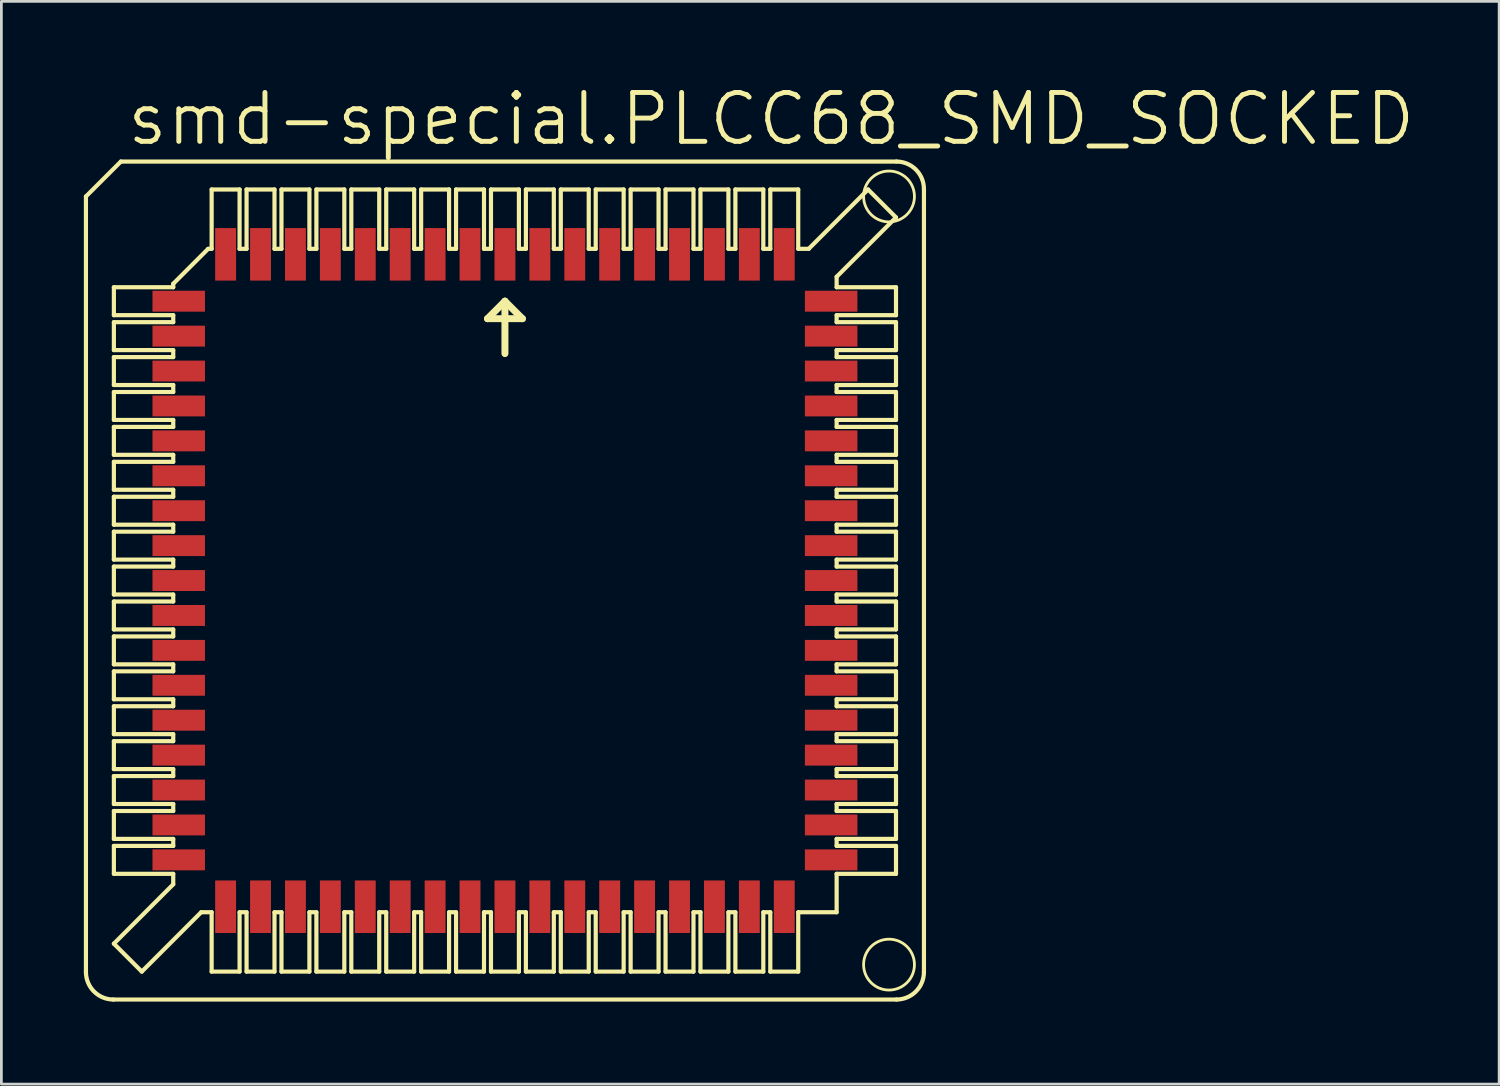
<source format=kicad_pcb>
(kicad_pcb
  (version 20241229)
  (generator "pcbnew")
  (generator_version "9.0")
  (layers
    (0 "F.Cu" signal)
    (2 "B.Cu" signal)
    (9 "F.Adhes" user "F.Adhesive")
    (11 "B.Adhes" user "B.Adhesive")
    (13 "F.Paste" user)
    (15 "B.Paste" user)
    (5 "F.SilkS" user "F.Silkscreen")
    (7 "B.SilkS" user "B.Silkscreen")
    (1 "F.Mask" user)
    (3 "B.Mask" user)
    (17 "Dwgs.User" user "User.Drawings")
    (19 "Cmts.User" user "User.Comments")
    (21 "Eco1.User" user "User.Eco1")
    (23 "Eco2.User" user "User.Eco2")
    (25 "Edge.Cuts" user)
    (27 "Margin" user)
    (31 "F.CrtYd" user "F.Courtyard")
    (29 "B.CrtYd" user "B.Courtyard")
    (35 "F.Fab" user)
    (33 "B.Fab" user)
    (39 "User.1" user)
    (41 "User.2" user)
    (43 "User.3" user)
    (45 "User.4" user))
  (footprint "smd-special.PLCC68_SMD_SOCKED"
    (layer "F.Cu")
    (at 15.316 18.066)
    (property "Reference" "smd-special.PLCC68_SMD_SOCKED" (at -13.843 -15.748 0) (layer "F.SilkS") (effects (font (size 1.778 1.778) (thickness 0.18)) (justify left bottom)))
    (attr smd)
    (fp_line (start -15.24 14.24) (end -15.24 -13.97) (stroke (width 0.152) (type default)) (layer "F.SilkS"))
    (fp_line (start -14.24 15.24) (end 14.24 15.24) (stroke (width 0.152) (type default)) (layer "F.SilkS"))
    (fp_line (start -14.224 -10.668) (end -14.224 -9.652) (stroke (width 0.152) (type default)) (layer "F.SilkS"))
    (fp_line (start -14.224 -10.668) (end -12.065 -10.668) (stroke (width 0.152) (type default)) (layer "F.SilkS"))
    (fp_line (start -14.224 -9.398) (end -14.224 -8.382) (stroke (width 0.152) (type default)) (layer "F.SilkS"))
    (fp_line (start -14.224 -9.398) (end -12.065 -9.398) (stroke (width 0.152) (type default)) (layer "F.SilkS"))
    (fp_line (start -14.224 -7.112) (end -14.224 -8.128) (stroke (width 0.152) (type default)) (layer "F.SilkS"))
    (fp_line (start -14.224 -7.112) (end -12.065 -7.112) (stroke (width 0.152) (type default)) (layer "F.SilkS"))
    (fp_line (start -14.224 -6.858) (end -14.224 -5.842) (stroke (width 0.152) (type default)) (layer "F.SilkS"))
    (fp_line (start -14.224 -6.858) (end -12.065 -6.858) (stroke (width 0.152) (type default)) (layer "F.SilkS"))
    (fp_line (start -14.224 -5.588) (end -14.224 -4.572) (stroke (width 0.152) (type default)) (layer "F.SilkS"))
    (fp_line (start -14.224 -5.588) (end -12.065 -5.588) (stroke (width 0.152) (type default)) (layer "F.SilkS"))
    (fp_line (start -14.224 -4.318) (end -14.224 -3.302) (stroke (width 0.152) (type default)) (layer "F.SilkS"))
    (fp_line (start -14.224 -4.318) (end -12.065 -4.318) (stroke (width 0.152) (type default)) (layer "F.SilkS"))
    (fp_line (start -14.224 -3.048) (end -14.224 -2.032) (stroke (width 0.152) (type default)) (layer "F.SilkS"))
    (fp_line (start -14.224 -3.048) (end -12.065 -3.048) (stroke (width 0.152) (type default)) (layer "F.SilkS"))
    (fp_line (start -14.224 -0.762) (end -14.224 -1.778) (stroke (width 0.152) (type default)) (layer "F.SilkS"))
    (fp_line (start -14.224 -0.762) (end -12.065 -0.762) (stroke (width 0.152) (type default)) (layer "F.SilkS"))
    (fp_line (start -14.224 0.508) (end -14.224 -0.508) (stroke (width 0.152) (type default)) (layer "F.SilkS"))
    (fp_line (start -14.224 0.508) (end -12.065 0.508) (stroke (width 0.152) (type default)) (layer "F.SilkS"))
    (fp_line (start -14.224 1.778) (end -14.224 0.762) (stroke (width 0.152) (type default)) (layer "F.SilkS"))
    (fp_line (start -14.224 1.778) (end -12.065 1.778) (stroke (width 0.152) (type default)) (layer "F.SilkS"))
    (fp_line (start -14.224 3.048) (end -14.224 2.032) (stroke (width 0.152) (type default)) (layer "F.SilkS"))
    (fp_line (start -14.224 3.048) (end -12.065 3.048) (stroke (width 0.152) (type default)) (layer "F.SilkS"))
    (fp_line (start -14.224 4.318) (end -14.224 3.302) (stroke (width 0.152) (type default)) (layer "F.SilkS"))
    (fp_line (start -14.224 4.318) (end -12.065 4.318) (stroke (width 0.152) (type default)) (layer "F.SilkS"))
    (fp_line (start -14.224 5.588) (end -14.224 4.572) (stroke (width 0.152) (type default)) (layer "F.SilkS"))
    (fp_line (start -14.224 5.588) (end -12.065 5.588) (stroke (width 0.152) (type default)) (layer "F.SilkS"))
    (fp_line (start -14.224 5.842) (end -14.224 6.858) (stroke (width 0.152) (type default)) (layer "F.SilkS"))
    (fp_line (start -14.224 5.842) (end -12.065 5.842) (stroke (width 0.152) (type default)) (layer "F.SilkS"))
    (fp_line (start -14.224 7.112) (end -14.224 8.128) (stroke (width 0.152) (type default)) (layer "F.SilkS"))
    (fp_line (start -14.224 7.112) (end -12.065 7.112) (stroke (width 0.152) (type default)) (layer "F.SilkS"))
    (fp_line (start -14.224 8.382) (end -14.224 9.398) (stroke (width 0.152) (type default)) (layer "F.SilkS"))
    (fp_line (start -14.224 8.382) (end -12.065 8.382) (stroke (width 0.152) (type default)) (layer "F.SilkS"))
    (fp_line (start -14.224 9.652) (end -12.065 9.652) (stroke (width 0.152) (type default)) (layer "F.SilkS"))
    (fp_line (start -14.224 10.668) (end -14.224 9.652) (stroke (width 0.152) (type default)) (layer "F.SilkS"))
    (fp_line (start -14.224 10.668) (end -12.065 10.668) (stroke (width 0.152) (type default)) (layer "F.SilkS"))
    (fp_line (start -14.224 13.208) (end -12.065 11.049) (stroke (width 0.152) (type default)) (layer "F.SilkS"))
    (fp_line (start -13.97 -15.24) (end -15.24 -13.97) (stroke (width 0.152) (type default)) (layer "F.SilkS"))
    (fp_line (start -13.208 14.224) (end -14.224 13.208) (stroke (width 0.152) (type default)) (layer "F.SilkS"))
    (fp_line (start -13.208 14.224) (end -11.049 12.065) (stroke (width 0.152) (type default)) (layer "F.SilkS"))
    (fp_line (start -12.065 -10.795) (end -10.795 -12.065) (stroke (width 0.152) (type default)) (layer "F.SilkS"))
    (fp_line (start -12.065 -10.668) (end -12.065 -10.795) (stroke (width 0.152) (type default)) (layer "F.SilkS"))
    (fp_line (start -12.065 -9.652) (end -14.224 -9.652) (stroke (width 0.152) (type default)) (layer "F.SilkS"))
    (fp_line (start -12.065 -9.652) (end -12.065 -9.398) (stroke (width 0.152) (type default)) (layer "F.SilkS"))
    (fp_line (start -12.065 -8.382) (end -14.224 -8.382) (stroke (width 0.152) (type default)) (layer "F.SilkS"))
    (fp_line (start -12.065 -8.128) (end -14.224 -8.128) (stroke (width 0.152) (type default)) (layer "F.SilkS"))
    (fp_line (start -12.065 -8.128) (end -12.065 -8.382) (stroke (width 0.152) (type default)) (layer "F.SilkS"))
    (fp_line (start -12.065 -6.858) (end -12.065 -7.112) (stroke (width 0.152) (type default)) (layer "F.SilkS"))
    (fp_line (start -12.065 -5.842) (end -14.224 -5.842) (stroke (width 0.152) (type default)) (layer "F.SilkS"))
    (fp_line (start -12.065 -5.842) (end -12.065 -5.588) (stroke (width 0.152) (type default)) (layer "F.SilkS"))
    (fp_line (start -12.065 -4.572) (end -14.224 -4.572) (stroke (width 0.152) (type default)) (layer "F.SilkS"))
    (fp_line (start -12.065 -4.572) (end -12.065 -4.318) (stroke (width 0.152) (type default)) (layer "F.SilkS"))
    (fp_line (start -12.065 -3.302) (end -14.224 -3.302) (stroke (width 0.152) (type default)) (layer "F.SilkS"))
    (fp_line (start -12.065 -3.302) (end -12.065 -3.048) (stroke (width 0.152) (type default)) (layer "F.SilkS"))
    (fp_line (start -12.065 -2.032) (end -14.224 -2.032) (stroke (width 0.152) (type default)) (layer "F.SilkS"))
    (fp_line (start -12.065 -2.032) (end -12.065 -1.778) (stroke (width 0.152) (type default)) (layer "F.SilkS"))
    (fp_line (start -12.065 -1.778) (end -14.224 -1.778) (stroke (width 0.152) (type default)) (layer "F.SilkS"))
    (fp_line (start -12.065 -0.508) (end -14.224 -0.508) (stroke (width 0.152) (type default)) (layer "F.SilkS"))
    (fp_line (start -12.065 -0.508) (end -12.065 -0.762) (stroke (width 0.152) (type default)) (layer "F.SilkS"))
    (fp_line (start -12.065 0.762) (end -14.224 0.762) (stroke (width 0.152) (type default)) (layer "F.SilkS"))
    (fp_line (start -12.065 0.762) (end -12.065 0.508) (stroke (width 0.152) (type default)) (layer "F.SilkS"))
    (fp_line (start -12.065 2.032) (end -14.224 2.032) (stroke (width 0.152) (type default)) (layer "F.SilkS"))
    (fp_line (start -12.065 2.032) (end -12.065 1.778) (stroke (width 0.152) (type default)) (layer "F.SilkS"))
    (fp_line (start -12.065 3.302) (end -14.224 3.302) (stroke (width 0.152) (type default)) (layer "F.SilkS"))
    (fp_line (start -12.065 3.302) (end -12.065 3.048) (stroke (width 0.152) (type default)) (layer "F.SilkS"))
    (fp_line (start -12.065 4.572) (end -14.224 4.572) (stroke (width 0.152) (type default)) (layer "F.SilkS"))
    (fp_line (start -12.065 4.572) (end -12.065 4.318) (stroke (width 0.152) (type default)) (layer "F.SilkS"))
    (fp_line (start -12.065 5.588) (end -12.065 5.842) (stroke (width 0.152) (type default)) (layer "F.SilkS"))
    (fp_line (start -12.065 6.858) (end -14.224 6.858) (stroke (width 0.152) (type default)) (layer "F.SilkS"))
    (fp_line (start -12.065 6.858) (end -12.065 7.112) (stroke (width 0.152) (type default)) (layer "F.SilkS"))
    (fp_line (start -12.065 8.128) (end -14.224 8.128) (stroke (width 0.152) (type default)) (layer "F.SilkS"))
    (fp_line (start -12.065 8.128) (end -12.065 8.382) (stroke (width 0.152) (type default)) (layer "F.SilkS"))
    (fp_line (start -12.065 9.398) (end -14.224 9.398) (stroke (width 0.152) (type default)) (layer "F.SilkS"))
    (fp_line (start -12.065 9.398) (end -12.065 9.652) (stroke (width 0.152) (type default)) (layer "F.SilkS"))
    (fp_line (start -12.065 11.049) (end -12.065 10.668) (stroke (width 0.152) (type default)) (layer "F.SilkS"))
    (fp_line (start -11.049 12.065) (end -10.668 12.065) (stroke (width 0.152) (type default)) (layer "F.SilkS"))
    (fp_line (start -10.795 -12.065) (end -10.668 -12.065) (stroke (width 0.152) (type default)) (layer "F.SilkS"))
    (fp_line (start -10.668 -12.065) (end -10.668 -14.224) (stroke (width 0.152) (type default)) (layer "F.SilkS"))
    (fp_line (start -10.668 14.224) (end -10.668 12.065) (stroke (width 0.152) (type default)) (layer "F.SilkS"))
    (fp_line (start -10.668 14.224) (end -9.652 14.224) (stroke (width 0.152) (type default)) (layer "F.SilkS"))
    (fp_line (start -9.652 -14.224) (end -10.668 -14.224) (stroke (width 0.152) (type default)) (layer "F.SilkS"))
    (fp_line (start -9.652 -14.224) (end -9.652 -12.065) (stroke (width 0.152) (type default)) (layer "F.SilkS"))
    (fp_line (start -9.652 12.065) (end -9.652 14.224) (stroke (width 0.152) (type default)) (layer "F.SilkS"))
    (fp_line (start -9.652 12.065) (end -9.398 12.065) (stroke (width 0.152) (type default)) (layer "F.SilkS"))
    (fp_line (start -9.398 -12.065) (end -9.652 -12.065) (stroke (width 0.152) (type default)) (layer "F.SilkS"))
    (fp_line (start -9.398 -12.065) (end -9.398 -14.224) (stroke (width 0.152) (type default)) (layer "F.SilkS"))
    (fp_line (start -9.398 14.224) (end -9.398 12.065) (stroke (width 0.152) (type default)) (layer "F.SilkS"))
    (fp_line (start -9.398 14.224) (end -8.382 14.224) (stroke (width 0.152) (type default)) (layer "F.SilkS"))
    (fp_line (start -8.382 -14.224) (end -9.398 -14.224) (stroke (width 0.152) (type default)) (layer "F.SilkS"))
    (fp_line (start -8.382 -14.224) (end -8.382 -12.065) (stroke (width 0.152) (type default)) (layer "F.SilkS"))
    (fp_line (start -8.382 12.065) (end -8.382 14.224) (stroke (width 0.152) (type default)) (layer "F.SilkS"))
    (fp_line (start -8.128 -12.065) (end -8.382 -12.065) (stroke (width 0.152) (type default)) (layer "F.SilkS"))
    (fp_line (start -8.128 -12.065) (end -8.128 -14.224) (stroke (width 0.152) (type default)) (layer "F.SilkS"))
    (fp_line (start -8.128 12.065) (end -8.382 12.065) (stroke (width 0.152) (type default)) (layer "F.SilkS"))
    (fp_line (start -8.128 12.065) (end -8.128 14.224) (stroke (width 0.152) (type default)) (layer "F.SilkS"))
    (fp_line (start -7.112 -14.224) (end -8.128 -14.224) (stroke (width 0.152) (type default)) (layer "F.SilkS"))
    (fp_line (start -7.112 -14.224) (end -7.112 -12.065) (stroke (width 0.152) (type default)) (layer "F.SilkS"))
    (fp_line (start -7.112 14.224) (end -8.128 14.224) (stroke (width 0.152) (type default)) (layer "F.SilkS"))
    (fp_line (start -7.112 14.224) (end -7.112 12.065) (stroke (width 0.152) (type default)) (layer "F.SilkS"))
    (fp_line (start -6.858 -12.065) (end -7.112 -12.065) (stroke (width 0.152) (type default)) (layer "F.SilkS"))
    (fp_line (start -6.858 -12.065) (end -6.858 -14.224) (stroke (width 0.152) (type default)) (layer "F.SilkS"))
    (fp_line (start -6.858 12.065) (end -7.112 12.065) (stroke (width 0.152) (type default)) (layer "F.SilkS"))
    (fp_line (start -6.858 14.224) (end -6.858 12.065) (stroke (width 0.152) (type default)) (layer "F.SilkS"))
    (fp_line (start -6.858 14.224) (end -5.842 14.224) (stroke (width 0.152) (type default)) (layer "F.SilkS"))
    (fp_line (start -5.842 -14.224) (end -6.858 -14.224) (stroke (width 0.152) (type default)) (layer "F.SilkS"))
    (fp_line (start -5.842 -14.224) (end -5.842 -12.065) (stroke (width 0.152) (type default)) (layer "F.SilkS"))
    (fp_line (start -5.842 12.065) (end -5.842 14.224) (stroke (width 0.152) (type default)) (layer "F.SilkS"))
    (fp_line (start -5.842 12.065) (end -5.588 12.065) (stroke (width 0.152) (type default)) (layer "F.SilkS"))
    (fp_line (start -5.588 -12.065) (end -5.842 -12.065) (stroke (width 0.152) (type default)) (layer "F.SilkS"))
    (fp_line (start -5.588 -12.065) (end -5.588 -14.224) (stroke (width 0.152) (type default)) (layer "F.SilkS"))
    (fp_line (start -5.588 14.224) (end -5.588 12.065) (stroke (width 0.152) (type default)) (layer "F.SilkS"))
    (fp_line (start -5.588 14.224) (end -4.572 14.224) (stroke (width 0.152) (type default)) (layer "F.SilkS"))
    (fp_line (start -4.572 -14.224) (end -5.588 -14.224) (stroke (width 0.152) (type default)) (layer "F.SilkS"))
    (fp_line (start -4.572 -14.224) (end -4.572 -12.065) (stroke (width 0.152) (type default)) (layer "F.SilkS"))
    (fp_line (start -4.572 12.065) (end -4.572 14.224) (stroke (width 0.152) (type default)) (layer "F.SilkS"))
    (fp_line (start -4.572 12.065) (end -4.318 12.065) (stroke (width 0.152) (type default)) (layer "F.SilkS"))
    (fp_line (start -4.318 -12.065) (end -4.572 -12.065) (stroke (width 0.152) (type default)) (layer "F.SilkS"))
    (fp_line (start -4.318 -12.065) (end -4.318 -14.224) (stroke (width 0.152) (type default)) (layer "F.SilkS"))
    (fp_line (start -4.318 14.224) (end -4.318 12.065) (stroke (width 0.152) (type default)) (layer "F.SilkS"))
    (fp_line (start -4.318 14.224) (end -3.302 14.224) (stroke (width 0.152) (type default)) (layer "F.SilkS"))
    (fp_line (start -3.302 -14.224) (end -4.318 -14.224) (stroke (width 0.152) (type default)) (layer "F.SilkS"))
    (fp_line (start -3.302 -14.224) (end -3.302 -12.065) (stroke (width 0.152) (type default)) (layer "F.SilkS"))
    (fp_line (start -3.302 12.065) (end -3.302 14.224) (stroke (width 0.152) (type default)) (layer "F.SilkS"))
    (fp_line (start -3.302 12.065) (end -3.048 12.065) (stroke (width 0.152) (type default)) (layer "F.SilkS"))
    (fp_line (start -3.048 -12.065) (end -3.302 -12.065) (stroke (width 0.152) (type default)) (layer "F.SilkS"))
    (fp_line (start -3.048 -12.065) (end -3.048 -14.224) (stroke (width 0.152) (type default)) (layer "F.SilkS"))
    (fp_line (start -3.048 14.224) (end -3.048 12.065) (stroke (width 0.152) (type default)) (layer "F.SilkS"))
    (fp_line (start -3.048 14.224) (end -2.032 14.224) (stroke (width 0.152) (type default)) (layer "F.SilkS"))
    (fp_line (start -2.032 -14.224) (end -3.048 -14.224) (stroke (width 0.152) (type default)) (layer "F.SilkS"))
    (fp_line (start -2.032 -14.224) (end -2.032 -12.065) (stroke (width 0.152) (type default)) (layer "F.SilkS"))
    (fp_line (start -2.032 12.065) (end -2.032 14.224) (stroke (width 0.152) (type default)) (layer "F.SilkS"))
    (fp_line (start -2.032 12.065) (end -1.778 12.065) (stroke (width 0.152) (type default)) (layer "F.SilkS"))
    (fp_line (start -1.778 -12.065) (end -2.032 -12.065) (stroke (width 0.152) (type default)) (layer "F.SilkS"))
    (fp_line (start -1.778 -12.065) (end -1.778 -14.224) (stroke (width 0.152) (type default)) (layer "F.SilkS"))
    (fp_line (start -1.778 14.224) (end -1.778 12.065) (stroke (width 0.152) (type default)) (layer "F.SilkS"))
    (fp_line (start -1.778 14.224) (end -0.762 14.224) (stroke (width 0.152) (type default)) (layer "F.SilkS"))
    (fp_line (start -0.762 -14.224) (end -1.778 -14.224) (stroke (width 0.152) (type default)) (layer "F.SilkS"))
    (fp_line (start -0.762 -14.224) (end -0.762 -12.065) (stroke (width 0.152) (type default)) (layer "F.SilkS"))
    (fp_line (start -0.762 12.065) (end -0.762 14.224) (stroke (width 0.152) (type default)) (layer "F.SilkS"))
    (fp_line (start -0.762 12.065) (end -0.508 12.065) (stroke (width 0.152) (type default)) (layer "F.SilkS"))
    (fp_line (start -0.635 -9.525) (end 0 -10.16) (stroke (width 0.254) (type default)) (layer "F.SilkS"))
    (fp_line (start -0.508 -12.065) (end -0.762 -12.065) (stroke (width 0.152) (type default)) (layer "F.SilkS"))
    (fp_line (start -0.508 -12.065) (end -0.508 -14.224) (stroke (width 0.152) (type default)) (layer "F.SilkS"))
    (fp_line (start -0.508 14.224) (end -0.508 12.065) (stroke (width 0.152) (type default)) (layer "F.SilkS"))
    (fp_line (start -0.508 14.224) (end 0.508 14.224) (stroke (width 0.152) (type default)) (layer "F.SilkS"))
    (fp_line (start 0 -10.16) (end 0 -8.255) (stroke (width 0.254) (type default)) (layer "F.SilkS"))
    (fp_line (start 0 -10.16) (end 0.635 -9.525) (stroke (width 0.254) (type default)) (layer "F.SilkS"))
    (fp_line (start 0.508 -14.224) (end -0.508 -14.224) (stroke (width 0.152) (type default)) (layer "F.SilkS"))
    (fp_line (start 0.508 -14.224) (end 0.508 -12.065) (stroke (width 0.152) (type default)) (layer "F.SilkS"))
    (fp_line (start 0.508 12.065) (end 0.508 14.224) (stroke (width 0.152) (type default)) (layer "F.SilkS"))
    (fp_line (start 0.508 12.065) (end 0.762 12.065) (stroke (width 0.152) (type default)) (layer "F.SilkS"))
    (fp_line (start 0.635 -9.525) (end -0.635 -9.525) (stroke (width 0.254) (type default)) (layer "F.SilkS"))
    (fp_line (start 0.762 -12.065) (end 0.508 -12.065) (stroke (width 0.152) (type default)) (layer "F.SilkS"))
    (fp_line (start 0.762 -12.065) (end 0.762 -14.224) (stroke (width 0.152) (type default)) (layer "F.SilkS"))
    (fp_line (start 0.762 14.224) (end 0.762 12.065) (stroke (width 0.152) (type default)) (layer "F.SilkS"))
    (fp_line (start 0.762 14.224) (end 1.778 14.224) (stroke (width 0.152) (type default)) (layer "F.SilkS"))
    (fp_line (start 1.778 -14.224) (end 0.762 -14.224) (stroke (width 0.152) (type default)) (layer "F.SilkS"))
    (fp_line (start 1.778 -14.224) (end 1.778 -12.065) (stroke (width 0.152) (type default)) (layer "F.SilkS"))
    (fp_line (start 1.778 12.065) (end 1.778 14.224) (stroke (width 0.152) (type default)) (layer "F.SilkS"))
    (fp_line (start 1.778 12.065) (end 2.032 12.065) (stroke (width 0.152) (type default)) (layer "F.SilkS"))
    (fp_line (start 2.032 -12.065) (end 1.778 -12.065) (stroke (width 0.152) (type default)) (layer "F.SilkS"))
    (fp_line (start 2.032 -12.065) (end 2.032 -14.224) (stroke (width 0.152) (type default)) (layer "F.SilkS"))
    (fp_line (start 2.032 14.224) (end 2.032 12.065) (stroke (width 0.152) (type default)) (layer "F.SilkS"))
    (fp_line (start 2.032 14.224) (end 3.048 14.224) (stroke (width 0.152) (type default)) (layer "F.SilkS"))
    (fp_line (start 3.048 -14.224) (end 2.032 -14.224) (stroke (width 0.152) (type default)) (layer "F.SilkS"))
    (fp_line (start 3.048 -14.224) (end 3.048 -12.065) (stroke (width 0.152) (type default)) (layer "F.SilkS"))
    (fp_line (start 3.048 12.065) (end 3.048 14.224) (stroke (width 0.152) (type default)) (layer "F.SilkS"))
    (fp_line (start 3.048 12.065) (end 3.302 12.065) (stroke (width 0.152) (type default)) (layer "F.SilkS"))
    (fp_line (start 3.302 -12.065) (end 3.048 -12.065) (stroke (width 0.152) (type default)) (layer "F.SilkS"))
    (fp_line (start 3.302 -12.065) (end 3.302 -14.224) (stroke (width 0.152) (type default)) (layer "F.SilkS"))
    (fp_line (start 3.302 14.224) (end 3.302 12.065) (stroke (width 0.152) (type default)) (layer "F.SilkS"))
    (fp_line (start 3.302 14.224) (end 4.318 14.224) (stroke (width 0.152) (type default)) (layer "F.SilkS"))
    (fp_line (start 4.318 -14.224) (end 3.302 -14.224) (stroke (width 0.152) (type default)) (layer "F.SilkS"))
    (fp_line (start 4.318 -14.224) (end 4.318 -12.065) (stroke (width 0.152) (type default)) (layer "F.SilkS"))
    (fp_line (start 4.318 12.065) (end 4.318 14.224) (stroke (width 0.152) (type default)) (layer "F.SilkS"))
    (fp_line (start 4.318 12.065) (end 4.572 12.065) (stroke (width 0.152) (type default)) (layer "F.SilkS"))
    (fp_line (start 4.572 -12.065) (end 4.318 -12.065) (stroke (width 0.152) (type default)) (layer "F.SilkS"))
    (fp_line (start 4.572 -12.065) (end 4.572 -14.224) (stroke (width 0.152) (type default)) (layer "F.SilkS"))
    (fp_line (start 4.572 14.224) (end 4.572 12.065) (stroke (width 0.152) (type default)) (layer "F.SilkS"))
    (fp_line (start 4.572 14.224) (end 5.588 14.224) (stroke (width 0.152) (type default)) (layer "F.SilkS"))
    (fp_line (start 5.588 -14.224) (end 4.572 -14.224) (stroke (width 0.152) (type default)) (layer "F.SilkS"))
    (fp_line (start 5.588 -14.224) (end 5.588 -12.065) (stroke (width 0.152) (type default)) (layer "F.SilkS"))
    (fp_line (start 5.588 12.065) (end 5.588 14.224) (stroke (width 0.152) (type default)) (layer "F.SilkS"))
    (fp_line (start 5.588 12.065) (end 5.842 12.065) (stroke (width 0.152) (type default)) (layer "F.SilkS"))
    (fp_line (start 5.842 -12.065) (end 5.588 -12.065) (stroke (width 0.152) (type default)) (layer "F.SilkS"))
    (fp_line (start 5.842 -12.065) (end 5.842 -14.224) (stroke (width 0.152) (type default)) (layer "F.SilkS"))
    (fp_line (start 5.842 14.224) (end 5.842 12.065) (stroke (width 0.152) (type default)) (layer "F.SilkS"))
    (fp_line (start 5.842 14.224) (end 6.858 14.224) (stroke (width 0.152) (type default)) (layer "F.SilkS"))
    (fp_line (start 6.858 -14.224) (end 5.842 -14.224) (stroke (width 0.152) (type default)) (layer "F.SilkS"))
    (fp_line (start 6.858 -14.224) (end 6.858 -12.065) (stroke (width 0.152) (type default)) (layer "F.SilkS"))
    (fp_line (start 6.858 -12.065) (end 7.112 -12.065) (stroke (width 0.152) (type default)) (layer "F.SilkS"))
    (fp_line (start 6.858 12.065) (end 6.858 14.224) (stroke (width 0.152) (type default)) (layer "F.SilkS"))
    (fp_line (start 6.858 12.065) (end 7.112 12.065) (stroke (width 0.152) (type default)) (layer "F.SilkS"))
    (fp_line (start 7.112 -14.224) (end 7.112 -12.065) (stroke (width 0.152) (type default)) (layer "F.SilkS"))
    (fp_line (start 7.112 -14.224) (end 8.128 -14.224) (stroke (width 0.152) (type default)) (layer "F.SilkS"))
    (fp_line (start 7.112 14.224) (end 7.112 12.065) (stroke (width 0.152) (type default)) (layer "F.SilkS"))
    (fp_line (start 7.112 14.224) (end 8.128 14.224) (stroke (width 0.152) (type default)) (layer "F.SilkS"))
    (fp_line (start 8.128 -12.065) (end 8.128 -14.224) (stroke (width 0.152) (type default)) (layer "F.SilkS"))
    (fp_line (start 8.128 -12.065) (end 8.382 -12.065) (stroke (width 0.152) (type default)) (layer "F.SilkS"))
    (fp_line (start 8.128 12.065) (end 8.128 14.224) (stroke (width 0.152) (type default)) (layer "F.SilkS"))
    (fp_line (start 8.128 12.065) (end 8.382 12.065) (stroke (width 0.152) (type default)) (layer "F.SilkS"))
    (fp_line (start 8.382 -12.065) (end 8.382 -14.224) (stroke (width 0.152) (type default)) (layer "F.SilkS"))
    (fp_line (start 8.382 14.224) (end 8.382 12.065) (stroke (width 0.152) (type default)) (layer "F.SilkS"))
    (fp_line (start 8.382 14.224) (end 9.398 14.224) (stroke (width 0.152) (type default)) (layer "F.SilkS"))
    (fp_line (start 9.398 -14.224) (end 8.382 -14.224) (stroke (width 0.152) (type default)) (layer "F.SilkS"))
    (fp_line (start 9.398 -14.224) (end 9.398 -12.065) (stroke (width 0.152) (type default)) (layer "F.SilkS"))
    (fp_line (start 9.398 14.224) (end 9.398 12.065) (stroke (width 0.152) (type default)) (layer "F.SilkS"))
    (fp_line (start 9.652 -12.065) (end 9.398 -12.065) (stroke (width 0.152) (type default)) (layer "F.SilkS"))
    (fp_line (start 9.652 -12.065) (end 9.652 -14.224) (stroke (width 0.152) (type default)) (layer "F.SilkS"))
    (fp_line (start 9.652 12.065) (end 9.398 12.065) (stroke (width 0.152) (type default)) (layer "F.SilkS"))
    (fp_line (start 9.652 14.224) (end 9.652 12.065) (stroke (width 0.152) (type default)) (layer "F.SilkS"))
    (fp_line (start 9.652 14.224) (end 10.668 14.224) (stroke (width 0.152) (type default)) (layer "F.SilkS"))
    (fp_line (start 10.668 -14.224) (end 9.652 -14.224) (stroke (width 0.152) (type default)) (layer "F.SilkS"))
    (fp_line (start 10.668 -14.224) (end 10.668 -12.065) (stroke (width 0.152) (type default)) (layer "F.SilkS"))
    (fp_line (start 10.668 12.065) (end 10.668 14.224) (stroke (width 0.152) (type default)) (layer "F.SilkS"))
    (fp_line (start 10.668 12.065) (end 12.065 12.065) (stroke (width 0.152) (type default)) (layer "F.SilkS"))
    (fp_line (start 11.049 -12.065) (end 10.668 -12.065) (stroke (width 0.152) (type default)) (layer "F.SilkS"))
    (fp_line (start 12.065 -11.049) (end 12.065 -10.668) (stroke (width 0.152) (type default)) (layer "F.SilkS"))
    (fp_line (start 12.065 -9.652) (end 12.065 -9.398) (stroke (width 0.152) (type default)) (layer "F.SilkS"))
    (fp_line (start 12.065 -9.652) (end 14.224 -9.652) (stroke (width 0.152) (type default)) (layer "F.SilkS"))
    (fp_line (start 12.065 -9.398) (end 14.224 -9.398) (stroke (width 0.152) (type default)) (layer "F.SilkS"))
    (fp_line (start 12.065 -8.128) (end 12.065 -8.382) (stroke (width 0.152) (type default)) (layer "F.SilkS"))
    (fp_line (start 12.065 -8.128) (end 14.224 -8.128) (stroke (width 0.152) (type default)) (layer "F.SilkS"))
    (fp_line (start 12.065 -6.858) (end 12.065 -7.112) (stroke (width 0.152) (type default)) (layer "F.SilkS"))
    (fp_line (start 12.065 -6.858) (end 14.224 -6.858) (stroke (width 0.152) (type default)) (layer "F.SilkS"))
    (fp_line (start 12.065 -5.588) (end 12.065 -5.842) (stroke (width 0.152) (type default)) (layer "F.SilkS"))
    (fp_line (start 12.065 -4.572) (end 12.065 -4.318) (stroke (width 0.152) (type default)) (layer "F.SilkS"))
    (fp_line (start 12.065 -4.572) (end 14.224 -4.572) (stroke (width 0.152) (type default)) (layer "F.SilkS"))
    (fp_line (start 12.065 -3.302) (end 12.065 -3.048) (stroke (width 0.152) (type default)) (layer "F.SilkS"))
    (fp_line (start 12.065 -3.302) (end 14.224 -3.302) (stroke (width 0.152) (type default)) (layer "F.SilkS"))
    (fp_line (start 12.065 -2.032) (end 12.065 -1.778) (stroke (width 0.152) (type default)) (layer "F.SilkS"))
    (fp_line (start 12.065 -2.032) (end 14.224 -2.032) (stroke (width 0.152) (type default)) (layer "F.SilkS"))
    (fp_line (start 12.065 -0.762) (end 12.065 -0.508) (stroke (width 0.152) (type default)) (layer "F.SilkS"))
    (fp_line (start 12.065 -0.762) (end 14.224 -0.762) (stroke (width 0.152) (type default)) (layer "F.SilkS"))
    (fp_line (start 12.065 0.508) (end 12.065 0.762) (stroke (width 0.152) (type default)) (layer "F.SilkS"))
    (fp_line (start 12.065 0.508) (end 14.224 0.508) (stroke (width 0.152) (type default)) (layer "F.SilkS"))
    (fp_line (start 12.065 1.778) (end 12.065 2.032) (stroke (width 0.152) (type default)) (layer "F.SilkS"))
    (fp_line (start 12.065 1.778) (end 14.224 1.778) (stroke (width 0.152) (type default)) (layer "F.SilkS"))
    (fp_line (start 12.065 2.032) (end 14.224 2.032) (stroke (width 0.152) (type default)) (layer "F.SilkS"))
    (fp_line (start 12.065 3.302) (end 12.065 3.048) (stroke (width 0.152) (type default)) (layer "F.SilkS"))
    (fp_line (start 12.065 3.302) (end 14.224 3.302) (stroke (width 0.152) (type default)) (layer "F.SilkS"))
    (fp_line (start 12.065 4.572) (end 12.065 4.318) (stroke (width 0.152) (type default)) (layer "F.SilkS"))
    (fp_line (start 12.065 4.572) (end 14.224 4.572) (stroke (width 0.152) (type default)) (layer "F.SilkS"))
    (fp_line (start 12.065 5.842) (end 12.065 5.588) (stroke (width 0.152) (type default)) (layer "F.SilkS"))
    (fp_line (start 12.065 5.842) (end 14.224 5.842) (stroke (width 0.152) (type default)) (layer "F.SilkS"))
    (fp_line (start 12.065 6.858) (end 12.065 7.112) (stroke (width 0.152) (type default)) (layer "F.SilkS"))
    (fp_line (start 12.065 8.128) (end 12.065 8.382) (stroke (width 0.152) (type default)) (layer "F.SilkS"))
    (fp_line (start 12.065 8.128) (end 14.224 8.128) (stroke (width 0.152) (type default)) (layer "F.SilkS"))
    (fp_line (start 12.065 8.382) (end 14.224 8.382) (stroke (width 0.152) (type default)) (layer "F.SilkS"))
    (fp_line (start 12.065 9.652) (end 12.065 9.398) (stroke (width 0.152) (type default)) (layer "F.SilkS"))
    (fp_line (start 12.065 9.652) (end 14.224 9.652) (stroke (width 0.152) (type default)) (layer "F.SilkS"))
    (fp_line (start 12.065 12.065) (end 12.065 10.668) (stroke (width 0.152) (type default)) (layer "F.SilkS"))
    (fp_line (start 13.208 -14.224) (end 11.049 -12.065) (stroke (width 0.152) (type default)) (layer "F.SilkS"))
    (fp_line (start 14.224 -13.208) (end 12.065 -11.049) (stroke (width 0.152) (type default)) (layer "F.SilkS"))
    (fp_line (start 14.224 -13.208) (end 13.208 -14.224) (stroke (width 0.152) (type default)) (layer "F.SilkS"))
    (fp_line (start 14.224 -10.668) (end 12.065 -10.668) (stroke (width 0.152) (type default)) (layer "F.SilkS"))
    (fp_line (start 14.224 -10.668) (end 14.224 -9.652) (stroke (width 0.152) (type default)) (layer "F.SilkS"))
    (fp_line (start 14.224 -8.382) (end 12.065 -8.382) (stroke (width 0.152) (type default)) (layer "F.SilkS"))
    (fp_line (start 14.224 -8.382) (end 14.224 -9.398) (stroke (width 0.152) (type default)) (layer "F.SilkS"))
    (fp_line (start 14.224 -7.112) (end 12.065 -7.112) (stroke (width 0.152) (type default)) (layer "F.SilkS"))
    (fp_line (start 14.224 -7.112) (end 14.224 -8.128) (stroke (width 0.152) (type default)) (layer "F.SilkS"))
    (fp_line (start 14.224 -5.842) (end 12.065 -5.842) (stroke (width 0.152) (type default)) (layer "F.SilkS"))
    (fp_line (start 14.224 -5.842) (end 14.224 -6.858) (stroke (width 0.152) (type default)) (layer "F.SilkS"))
    (fp_line (start 14.224 -5.588) (end 12.065 -5.588) (stroke (width 0.152) (type default)) (layer "F.SilkS"))
    (fp_line (start 14.224 -5.588) (end 14.224 -4.572) (stroke (width 0.152) (type default)) (layer "F.SilkS"))
    (fp_line (start 14.224 -4.318) (end 12.065 -4.318) (stroke (width 0.152) (type default)) (layer "F.SilkS"))
    (fp_line (start 14.224 -4.318) (end 14.224 -3.302) (stroke (width 0.152) (type default)) (layer "F.SilkS"))
    (fp_line (start 14.224 -3.048) (end 12.065 -3.048) (stroke (width 0.152) (type default)) (layer "F.SilkS"))
    (fp_line (start 14.224 -3.048) (end 14.224 -2.032) (stroke (width 0.152) (type default)) (layer "F.SilkS"))
    (fp_line (start 14.224 -1.778) (end 12.065 -1.778) (stroke (width 0.152) (type default)) (layer "F.SilkS"))
    (fp_line (start 14.224 -1.778) (end 14.224 -0.762) (stroke (width 0.152) (type default)) (layer "F.SilkS"))
    (fp_line (start 14.224 -0.508) (end 12.065 -0.508) (stroke (width 0.152) (type default)) (layer "F.SilkS"))
    (fp_line (start 14.224 -0.508) (end 14.224 0.508) (stroke (width 0.152) (type default)) (layer "F.SilkS"))
    (fp_line (start 14.224 0.762) (end 12.065 0.762) (stroke (width 0.152) (type default)) (layer "F.SilkS"))
    (fp_line (start 14.224 0.762) (end 14.224 1.778) (stroke (width 0.152) (type default)) (layer "F.SilkS"))
    (fp_line (start 14.224 3.048) (end 12.065 3.048) (stroke (width 0.152) (type default)) (layer "F.SilkS"))
    (fp_line (start 14.224 3.048) (end 14.224 2.032) (stroke (width 0.152) (type default)) (layer "F.SilkS"))
    (fp_line (start 14.224 4.318) (end 12.065 4.318) (stroke (width 0.152) (type default)) (layer "F.SilkS"))
    (fp_line (start 14.224 4.318) (end 14.224 3.302) (stroke (width 0.152) (type default)) (layer "F.SilkS"))
    (fp_line (start 14.224 5.588) (end 12.065 5.588) (stroke (width 0.152) (type default)) (layer "F.SilkS"))
    (fp_line (start 14.224 5.588) (end 14.224 4.572) (stroke (width 0.152) (type default)) (layer "F.SilkS"))
    (fp_line (start 14.224 6.858) (end 12.065 6.858) (stroke (width 0.152) (type default)) (layer "F.SilkS"))
    (fp_line (start 14.224 6.858) (end 14.224 5.842) (stroke (width 0.152) (type default)) (layer "F.SilkS"))
    (fp_line (start 14.224 7.112) (end 12.065 7.112) (stroke (width 0.152) (type default)) (layer "F.SilkS"))
    (fp_line (start 14.224 7.112) (end 14.224 8.128) (stroke (width 0.152) (type default)) (layer "F.SilkS"))
    (fp_line (start 14.224 9.398) (end 12.065 9.398) (stroke (width 0.152) (type default)) (layer "F.SilkS"))
    (fp_line (start 14.224 9.398) (end 14.224 8.382) (stroke (width 0.152) (type default)) (layer "F.SilkS"))
    (fp_line (start 14.224 10.668) (end 12.065 10.668) (stroke (width 0.152) (type default)) (layer "F.SilkS"))
    (fp_line (start 14.224 10.668) (end 14.224 9.652) (stroke (width 0.152) (type default)) (layer "F.SilkS"))
    (fp_line (start 14.24 -15.24) (end -13.97 -15.24) (stroke (width 0.152) (type default)) (layer "F.SilkS"))
    (fp_line (start 15.24 14.24) (end 15.24 -14.24) (stroke (width 0.152) (type default)) (layer "F.SilkS"))
    (fp_arc (start -14.24 15.24) (mid -14.947107 14.947107) (end -15.24 14.24) (stroke (width 0.1524) (type default)) (layer "F.SilkS"))
    (fp_arc (start 14.24 -15.24) (mid 14.947107 -14.947107) (end 15.24 -14.24) (stroke (width 0.1524) (type default)) (layer "F.SilkS"))
    (fp_arc (start 15.24 14.24) (mid 14.947107 14.947107) (end 14.24 15.24) (stroke (width 0.1524) (type default)) (layer "F.SilkS"))
    (fp_circle (center 13.97 -13.97) (end 14.895 -13.97) (stroke (width 0.102) (type default)) (fill no) (layer "F.SilkS"))
    (fp_circle (center 13.97 13.97) (end 14.895 13.97) (stroke (width 0.102) (type default)) (fill no) (layer "F.SilkS"))
    (pad "1" smd roundrect (at 0 -11.865) (size 0.76 1.91) (layers "F.Cu" "F.Mask" "F.Paste") (roundrect_rratio 0.01))
    (pad "2" smd roundrect (at -1.27 -11.865) (size 0.76 1.91) (layers "F.Cu" "F.Mask" "F.Paste") (roundrect_rratio 0.01))
    (pad "3" smd roundrect (at -2.54 -11.865) (size 0.76 1.91) (layers "F.Cu" "F.Mask" "F.Paste") (roundrect_rratio 0.01))
    (pad "4" smd roundrect (at -3.81 -11.865) (size 0.76 1.91) (layers "F.Cu" "F.Mask" "F.Paste") (roundrect_rratio 0.01))
    (pad "5" smd roundrect (at -5.08 -11.865) (size 0.76 1.91) (layers "F.Cu" "F.Mask" "F.Paste") (roundrect_rratio 0.01))
    (pad "6" smd roundrect (at -6.35 -11.865) (size 0.76 1.91) (layers "F.Cu" "F.Mask" "F.Paste") (roundrect_rratio 0.01))
    (pad "7" smd roundrect (at -7.62 -11.865) (size 0.76 1.91) (layers "F.Cu" "F.Mask" "F.Paste") (roundrect_rratio 0.01))
    (pad "8" smd roundrect (at -8.89 -11.865) (size 0.76 1.91) (layers "F.Cu" "F.Mask" "F.Paste") (roundrect_rratio 0.01))
    (pad "9" smd roundrect (at -10.16 -11.865) (size 0.76 1.91) (layers "F.Cu" "F.Mask" "F.Paste") (roundrect_rratio 0.01))
    (pad "10" smd roundrect (at -11.865 -10.16) (size 1.91 0.76) (layers "F.Cu" "F.Mask" "F.Paste") (roundrect_rratio 0.01))
    (pad "11" smd roundrect (at -11.865 -8.89) (size 1.91 0.76) (layers "F.Cu" "F.Mask" "F.Paste") (roundrect_rratio 0.01))
    (pad "12" smd roundrect (at -11.865 -7.62) (size 1.91 0.76) (layers "F.Cu" "F.Mask" "F.Paste") (roundrect_rratio 0.01))
    (pad "13" smd roundrect (at -11.865 -6.35) (size 1.91 0.76) (layers "F.Cu" "F.Mask" "F.Paste") (roundrect_rratio 0.01))
    (pad "14" smd roundrect (at -11.865 -5.08) (size 1.91 0.76) (layers "F.Cu" "F.Mask" "F.Paste") (roundrect_rratio 0.01))
    (pad "15" smd roundrect (at -11.865 -3.81) (size 1.91 0.76) (layers "F.Cu" "F.Mask" "F.Paste") (roundrect_rratio 0.01))
    (pad "16" smd roundrect (at -11.865 -2.54) (size 1.91 0.76) (layers "F.Cu" "F.Mask" "F.Paste") (roundrect_rratio 0.01))
    (pad "17" smd roundrect (at -11.865 -1.27) (size 1.91 0.76) (layers "F.Cu" "F.Mask" "F.Paste") (roundrect_rratio 0.01))
    (pad "18" smd roundrect (at -11.865 0) (size 1.91 0.76) (layers "F.Cu" "F.Mask" "F.Paste") (roundrect_rratio 0.01))
    (pad "19" smd roundrect (at -11.865 1.27) (size 1.91 0.76) (layers "F.Cu" "F.Mask" "F.Paste") (roundrect_rratio 0.01))
    (pad "20" smd roundrect (at -11.865 2.54) (size 1.91 0.76) (layers "F.Cu" "F.Mask" "F.Paste") (roundrect_rratio 0.01))
    (pad "21" smd roundrect (at -11.865 3.81) (size 1.91 0.76) (layers "F.Cu" "F.Mask" "F.Paste") (roundrect_rratio 0.01))
    (pad "22" smd roundrect (at -11.865 5.08) (size 1.91 0.76) (layers "F.Cu" "F.Mask" "F.Paste") (roundrect_rratio 0.01))
    (pad "23" smd roundrect (at -11.865 6.35) (size 1.91 0.76) (layers "F.Cu" "F.Mask" "F.Paste") (roundrect_rratio 0.01))
    (pad "24" smd roundrect (at -11.865 7.62) (size 1.91 0.76) (layers "F.Cu" "F.Mask" "F.Paste") (roundrect_rratio 0.01))
    (pad "25" smd roundrect (at -11.865 8.89) (size 1.91 0.76) (layers "F.Cu" "F.Mask" "F.Paste") (roundrect_rratio 0.01))
    (pad "26" smd roundrect (at -11.865 10.16) (size 1.91 0.76) (layers "F.Cu" "F.Mask" "F.Paste") (roundrect_rratio 0.01))
    (pad "27" smd roundrect (at -10.16 11.865) (size 0.76 1.91) (layers "F.Cu" "F.Mask" "F.Paste") (roundrect_rratio 0.01))
    (pad "28" smd roundrect (at -8.89 11.865) (size 0.76 1.91) (layers "F.Cu" "F.Mask" "F.Paste") (roundrect_rratio 0.01))
    (pad "29" smd roundrect (at -7.62 11.865) (size 0.76 1.91) (layers "F.Cu" "F.Mask" "F.Paste") (roundrect_rratio 0.01))
    (pad "30" smd roundrect (at -6.35 11.865) (size 0.76 1.91) (layers "F.Cu" "F.Mask" "F.Paste") (roundrect_rratio 0.01))
    (pad "31" smd roundrect (at -5.08 11.865) (size 0.76 1.91) (layers "F.Cu" "F.Mask" "F.Paste") (roundrect_rratio 0.01))
    (pad "32" smd roundrect (at -3.81 11.865) (size 0.76 1.91) (layers "F.Cu" "F.Mask" "F.Paste") (roundrect_rratio 0.01))
    (pad "33" smd roundrect (at -2.54 11.865) (size 0.76 1.91) (layers "F.Cu" "F.Mask" "F.Paste") (roundrect_rratio 0.01))
    (pad "34" smd roundrect (at -1.27 11.865) (size 0.76 1.91) (layers "F.Cu" "F.Mask" "F.Paste") (roundrect_rratio 0.01))
    (pad "35" smd roundrect (at 0 11.865) (size 0.76 1.91) (layers "F.Cu" "F.Mask" "F.Paste") (roundrect_rratio 0.01))
    (pad "36" smd roundrect (at 1.27 11.865) (size 0.76 1.91) (layers "F.Cu" "F.Mask" "F.Paste") (roundrect_rratio 0.01))
    (pad "37" smd roundrect (at 2.54 11.865) (size 0.76 1.91) (layers "F.Cu" "F.Mask" "F.Paste") (roundrect_rratio 0.01))
    (pad "38" smd roundrect (at 3.81 11.865) (size 0.76 1.91) (layers "F.Cu" "F.Mask" "F.Paste") (roundrect_rratio 0.01))
    (pad "39" smd roundrect (at 5.08 11.865) (size 0.76 1.91) (layers "F.Cu" "F.Mask" "F.Paste") (roundrect_rratio 0.01))
    (pad "40" smd roundrect (at 6.35 11.865) (size 0.76 1.91) (layers "F.Cu" "F.Mask" "F.Paste") (roundrect_rratio 0.01))
    (pad "41" smd roundrect (at 7.62 11.865) (size 0.76 1.91) (layers "F.Cu" "F.Mask" "F.Paste") (roundrect_rratio 0.01))
    (pad "42" smd roundrect (at 8.89 11.865) (size 0.76 1.91) (layers "F.Cu" "F.Mask" "F.Paste") (roundrect_rratio 0.01))
    (pad "43" smd roundrect (at 10.16 11.865) (size 0.76 1.91) (layers "F.Cu" "F.Mask" "F.Paste") (roundrect_rratio 0.01))
    (pad "44" smd roundrect (at 11.865 10.16) (size 1.91 0.76) (layers "F.Cu" "F.Mask" "F.Paste") (roundrect_rratio 0.01))
    (pad "45" smd roundrect (at 11.865 8.89) (size 1.91 0.76) (layers "F.Cu" "F.Mask" "F.Paste") (roundrect_rratio 0.01))
    (pad "46" smd roundrect (at 11.865 7.62) (size 1.91 0.76) (layers "F.Cu" "F.Mask" "F.Paste") (roundrect_rratio 0.01))
    (pad "47" smd roundrect (at 11.865 6.35) (size 1.91 0.76) (layers "F.Cu" "F.Mask" "F.Paste") (roundrect_rratio 0.01))
    (pad "48" smd roundrect (at 11.865 5.08) (size 1.91 0.76) (layers "F.Cu" "F.Mask" "F.Paste") (roundrect_rratio 0.01))
    (pad "49" smd roundrect (at 11.865 3.81) (size 1.91 0.76) (layers "F.Cu" "F.Mask" "F.Paste") (roundrect_rratio 0.01))
    (pad "50" smd roundrect (at 11.865 2.54) (size 1.91 0.76) (layers "F.Cu" "F.Mask" "F.Paste") (roundrect_rratio 0.01))
    (pad "51" smd roundrect (at 11.865 1.27) (size 1.91 0.76) (layers "F.Cu" "F.Mask" "F.Paste") (roundrect_rratio 0.01))
    (pad "52" smd roundrect (at 11.865 0) (size 1.91 0.76) (layers "F.Cu" "F.Mask" "F.Paste") (roundrect_rratio 0.01))
    (pad "53" smd roundrect (at 11.865 -1.27) (size 1.91 0.76) (layers "F.Cu" "F.Mask" "F.Paste") (roundrect_rratio 0.01))
    (pad "54" smd roundrect (at 11.865 -2.54) (size 1.91 0.76) (layers "F.Cu" "F.Mask" "F.Paste") (roundrect_rratio 0.01))
    (pad "55" smd roundrect (at 11.865 -3.81) (size 1.91 0.76) (layers "F.Cu" "F.Mask" "F.Paste") (roundrect_rratio 0.01))
    (pad "56" smd roundrect (at 11.865 -5.08) (size 1.91 0.76) (layers "F.Cu" "F.Mask" "F.Paste") (roundrect_rratio 0.01))
    (pad "57" smd roundrect (at 11.865 -6.35) (size 1.91 0.76) (layers "F.Cu" "F.Mask" "F.Paste") (roundrect_rratio 0.01))
    (pad "58" smd roundrect (at 11.865 -7.62) (size 1.91 0.76) (layers "F.Cu" "F.Mask" "F.Paste") (roundrect_rratio 0.01))
    (pad "59" smd roundrect (at 11.865 -8.89) (size 1.91 0.76) (layers "F.Cu" "F.Mask" "F.Paste") (roundrect_rratio 0.01))
    (pad "60" smd roundrect (at 11.865 -10.16) (size 1.91 0.76) (layers "F.Cu" "F.Mask" "F.Paste") (roundrect_rratio 0.01))
    (pad "61" smd roundrect (at 10.16 -11.865) (size 0.76 1.91) (layers "F.Cu" "F.Mask" "F.Paste") (roundrect_rratio 0.01))
    (pad "62" smd roundrect (at 8.89 -11.865) (size 0.76 1.91) (layers "F.Cu" "F.Mask" "F.Paste") (roundrect_rratio 0.01))
    (pad "63" smd roundrect (at 7.62 -11.865) (size 0.76 1.91) (layers "F.Cu" "F.Mask" "F.Paste") (roundrect_rratio 0.01))
    (pad "64" smd roundrect (at 6.35 -11.865) (size 0.76 1.91) (layers "F.Cu" "F.Mask" "F.Paste") (roundrect_rratio 0.01))
    (pad "65" smd roundrect (at 5.08 -11.865) (size 0.76 1.91) (layers "F.Cu" "F.Mask" "F.Paste") (roundrect_rratio 0.01))
    (pad "66" smd roundrect (at 3.81 -11.865) (size 0.76 1.91) (layers "F.Cu" "F.Mask" "F.Paste") (roundrect_rratio 0.01))
    (pad "67" smd roundrect (at 2.54 -11.865) (size 0.76 1.91) (layers "F.Cu" "F.Mask" "F.Paste") (roundrect_rratio 0.01))
    (pad "68" smd roundrect (at 1.27 -11.865) (size 0.76 1.91) (layers "F.Cu" "F.Mask" "F.Paste") (roundrect_rratio 0.01)))
  (gr_rect
    (start -3 -3)
    (end 51.478 36.382)
    (stroke (width 0.1) (type default))
    (fill no)
    (layer "Edge.Cuts")))
</source>
